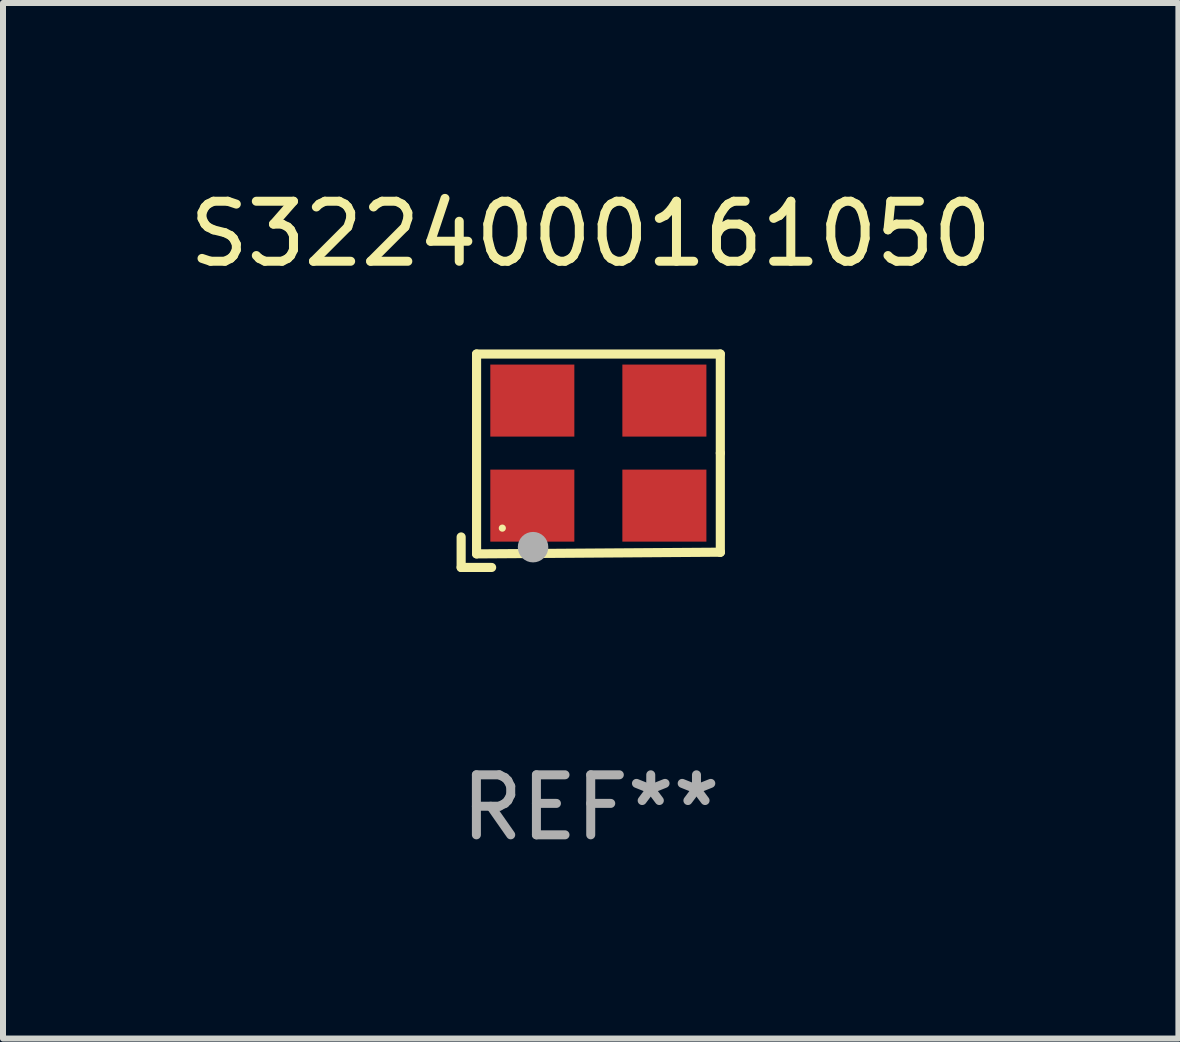
<source format=kicad_pcb>
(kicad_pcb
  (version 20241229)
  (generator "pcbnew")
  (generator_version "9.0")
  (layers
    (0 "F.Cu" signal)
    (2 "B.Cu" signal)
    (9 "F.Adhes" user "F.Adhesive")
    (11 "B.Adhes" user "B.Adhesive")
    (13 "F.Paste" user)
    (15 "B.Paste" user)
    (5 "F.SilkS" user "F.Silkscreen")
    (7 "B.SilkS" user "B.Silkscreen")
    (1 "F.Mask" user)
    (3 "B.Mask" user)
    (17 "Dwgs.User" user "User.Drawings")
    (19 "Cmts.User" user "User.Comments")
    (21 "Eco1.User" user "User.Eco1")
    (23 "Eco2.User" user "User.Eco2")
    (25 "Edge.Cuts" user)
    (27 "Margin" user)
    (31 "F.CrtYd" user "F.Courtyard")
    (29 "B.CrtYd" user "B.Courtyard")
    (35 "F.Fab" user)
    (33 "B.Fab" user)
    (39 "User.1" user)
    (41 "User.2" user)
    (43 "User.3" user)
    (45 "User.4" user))
  (footprint "S3224000161050"
    (layer "F.Cu")
    (at 6.792 4.626)
    (property "Reference" "S3224000161050" (at 0 -3.778 0) (layer "F.SilkS") (effects (font (size 1 1) (thickness 0.15))))
    (attr through_hole)
    (fp_line (start -2.159 1.27) (end -2.159 1.778) (stroke (width 0.152) (type solid)) (layer "F.SilkS"))
    (fp_line (start -2.159 1.778) (end -1.651 1.778) (stroke (width 0.152) (type solid)) (layer "F.SilkS"))
    (fp_line (start -1.902 -1.778) (end 2.159 -1.778) (stroke (width 0.152) (type solid)) (layer "F.SilkS"))
    (fp_line (start -1.902 1.552) (end -1.902 -1.778) (stroke (width 0.152) (type solid)) (layer "F.SilkS"))
    (fp_line (start 2.159 -1.778) (end 2.159 -0.127) (stroke (width 0.152) (type solid)) (layer "F.SilkS"))
    (fp_line (start 2.159 -0.127) (end 2.159 1.524) (stroke (width 0.152) (type solid)) (layer "F.SilkS"))
    (fp_line (start 2.159 1.524) (end -1.902 1.552) (stroke (width 0.152) (type solid)) (layer "F.SilkS"))
    (fp_line (start 2.159 1.524) (end 2.159 1.524) (stroke (width 0.152) (type solid)) (layer "F.SilkS"))
    (fp_circle (center -1.473 1.123) (end -1.443 1.123) (stroke (width 0.06) (type solid)) (fill no) (layer "F.SilkS"))
    (fp_circle (center -0.961 1.44) (end -0.834 1.44) (stroke (width 0.254) (type solid)) (fill no) (layer "F.Fab"))
    (fp_text user "REF**" (at 0 5.778 0) (layer "F.Fab") (effects (font (size 1 1) (thickness 0.15))))
    (pad "1" smd rect (at -0.973 0.748) (size 1.4 1.2) (layers "F.Cu" "F.Mask" "F.Paste"))
    (pad "2" smd rect (at 1.227 0.748) (size 1.4 1.2) (layers "F.Cu" "F.Mask" "F.Paste"))
    (pad "3" smd rect (at 1.227 -1.002) (size 1.4 1.2) (layers "F.Cu" "F.Mask" "F.Paste"))
    (pad "4" smd rect (at -0.973 -1.002) (size 1.4 1.2) (layers "F.Cu" "F.Mask" "F.Paste")))
  (gr_rect
    (start -3 -3)
    (end 16.583 14.253)
    (stroke (width 0.1) (type default))
    (fill no)
    (layer "Edge.Cuts")))
</source>
